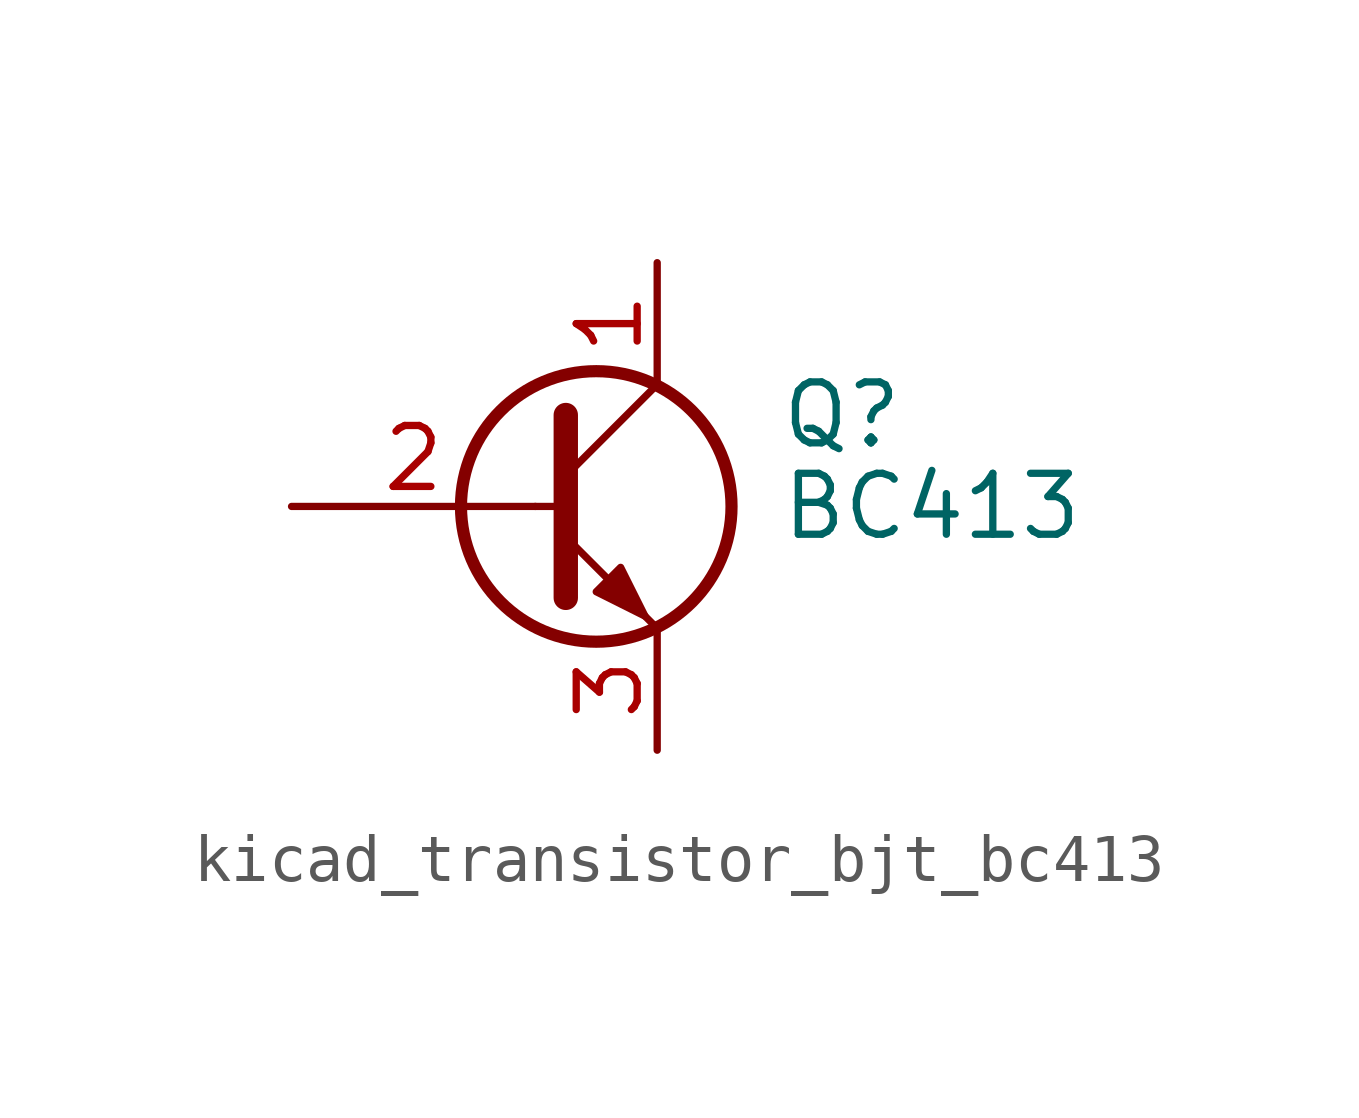
<source format=kicad_sym>
(kicad_symbol_lib
  (version 20220914)
  (generator kicad_symbol_editor)
  (symbol "kicad_transistor_bjt_bc413"
    (pin_names
      (offset 0) hide)
    (property "Reference" "Q"
      (at 5.08 1.905 0)
      (effects (font (size 1.27 1.27)) (justify left)))
    (property "Value" "BC413"
      (at 5.08 0 0)
      (effects (font (size 1.27 1.27)) (justify left)))
    (symbol "kicad_transistor_bjt_bc413_0_1"
      (polyline (pts (xy 0 0) (xy 0.635 0)) (stroke (width 0) (type default)) (fill (type none)))
      (polyline (pts (xy 0.635 0.635) (xy 2.54 2.54)) (stroke (width 0) (type default)) (fill (type none)))
      (polyline (pts (xy 0.635 -0.635) (xy 2.54 -2.54) (xy 2.54 -2.54)) (stroke (width 0) (type default)) (fill (type none)))
      (polyline (pts (xy 0.635 1.905) (xy 0.635 -1.905) (xy 0.635 -1.905)) (stroke (width 0.508) (type default)) (fill (type none)))
      (polyline (pts (xy 1.27 -1.778) (xy 1.778 -1.27) (xy 2.286 -2.286) (xy 1.27 -1.778) (xy 1.27 -1.778)) (stroke (width 0) (type default)) (fill (type outline)))
      (circle (center 1.27 0) (radius 2.819) (stroke (width 0.254) (type default)) (fill (type none))))
    (symbol "kicad_transistor_bjt_bc413_1_1"
      (pin passive line (at 2.54 5.08 270) (length 2.54) (name "C" (effects (font (size 1.27 1.27)))) (number "1" (effects (font (size 1.27 1.27)))))
      (pin input line (at -5.08 0 0) (length 5.08) (name "B" (effects (font (size 1.27 1.27)))) (number "2" (effects (font (size 1.27 1.27)))))
      (pin passive line (at 2.54 -5.08 90) (length 2.54) (name "E" (effects (font (size 1.27 1.27)))) (number "3" (effects (font (size 1.27 1.27))))))))
</source>
